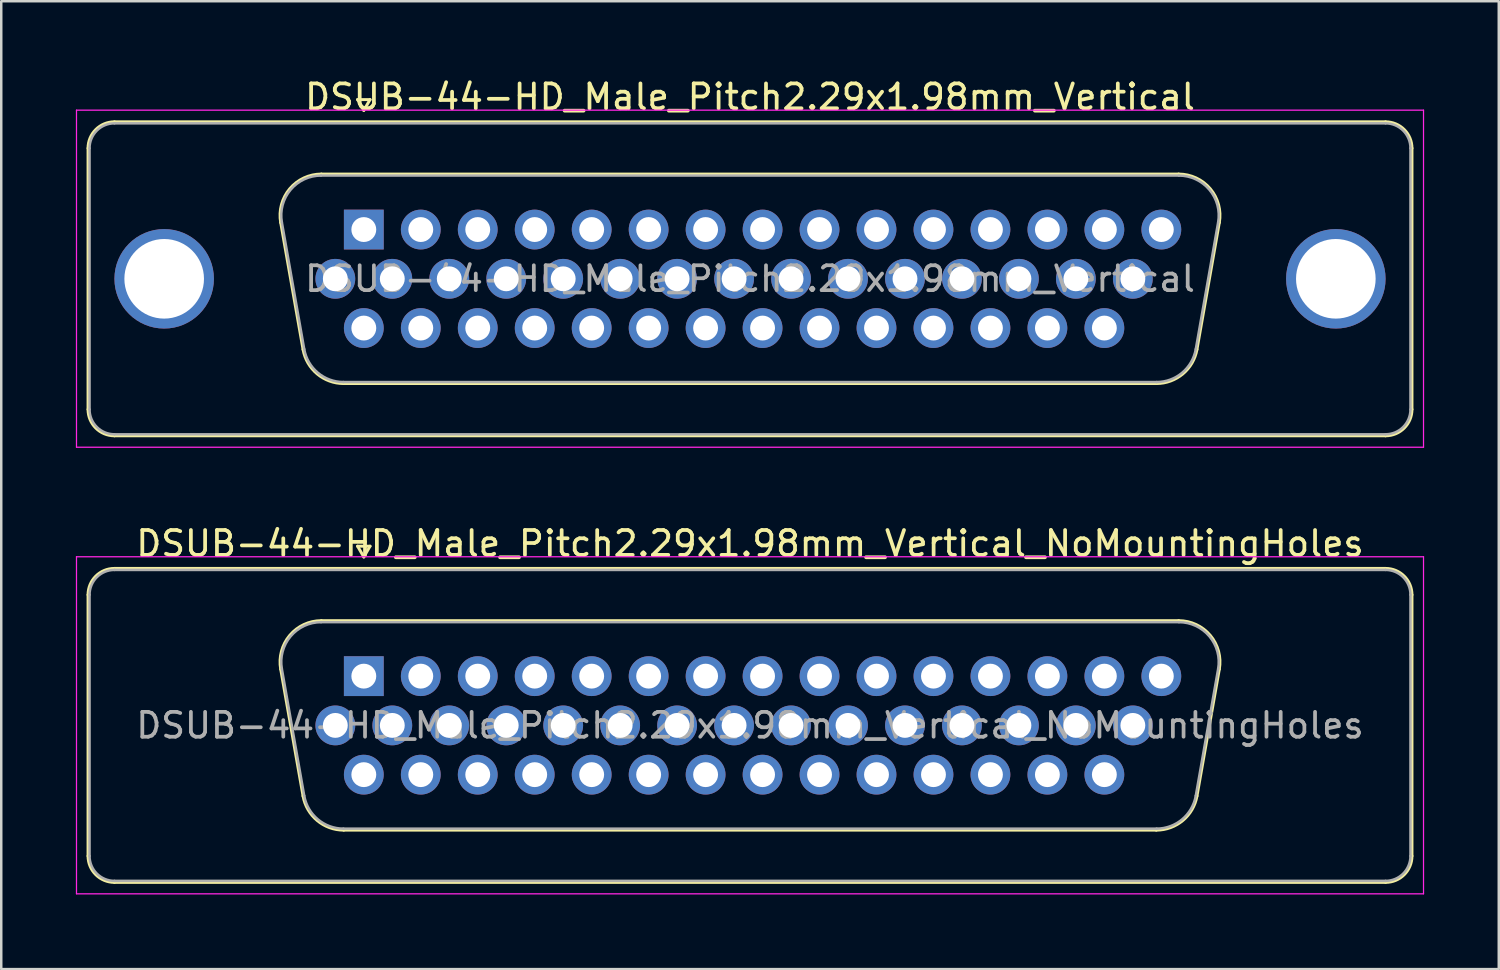
<source format=kicad_pcb>
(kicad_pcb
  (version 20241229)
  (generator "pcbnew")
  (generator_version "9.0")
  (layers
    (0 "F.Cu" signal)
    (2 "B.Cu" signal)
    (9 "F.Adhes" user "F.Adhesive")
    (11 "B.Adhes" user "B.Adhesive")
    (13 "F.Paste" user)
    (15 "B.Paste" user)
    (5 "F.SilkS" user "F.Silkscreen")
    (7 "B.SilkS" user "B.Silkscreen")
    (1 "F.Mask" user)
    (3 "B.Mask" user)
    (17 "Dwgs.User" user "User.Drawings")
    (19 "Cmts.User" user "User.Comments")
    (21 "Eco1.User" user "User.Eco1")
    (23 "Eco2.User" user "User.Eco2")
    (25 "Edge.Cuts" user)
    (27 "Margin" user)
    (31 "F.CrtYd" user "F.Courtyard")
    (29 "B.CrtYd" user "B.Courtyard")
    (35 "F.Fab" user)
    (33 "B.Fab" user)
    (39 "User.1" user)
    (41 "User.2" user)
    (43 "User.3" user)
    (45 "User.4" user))
  (footprint "DSUB-44-HD_Male_Pitch2.29x1.98mm_Vertical_NoMountingHoles"
    (layer "F.Cu")
    (at 11.575 24.131)
    (property "Reference" "DSUB-44-HD_Male_Pitch2.29x1.98mm_Vertical_NoMountingHoles" (at 15.525 -5.33 0) (layer "F.SilkS") (effects (font (size 1 1) (thickness 0.15))))
    (attr through_hole)
    (fp_line (start -11.085 7.23) (end -11.085 -3.27) (stroke (width 0.12) (type solid)) (layer "F.SilkS"))
    (fp_line (start -10.025 -4.33) (end 41.075 -4.33) (stroke (width 0.12) (type solid)) (layer "F.SilkS"))
    (fp_line (start -3.341 -0.282) (end -2.442 4.818) (stroke (width 0.12) (type solid)) (layer "F.SilkS"))
    (fp_line (start -1.707 -2.23) (end 32.757 -2.23) (stroke (width 0.12) (type solid)) (layer "F.SilkS"))
    (fp_line (start -0.807 6.19) (end 31.857 6.19) (stroke (width 0.12) (type solid)) (layer "F.SilkS"))
    (fp_line (start -0.25 -5.224) (end 0.25 -5.224) (stroke (width 0.12) (type solid)) (layer "F.SilkS"))
    (fp_line (start 0 -4.791) (end -0.25 -5.224) (stroke (width 0.12) (type solid)) (layer "F.SilkS"))
    (fp_line (start 0.25 -5.224) (end 0 -4.791) (stroke (width 0.12) (type solid)) (layer "F.SilkS"))
    (fp_line (start 34.391 -0.282) (end 33.492 4.818) (stroke (width 0.12) (type solid)) (layer "F.SilkS"))
    (fp_line (start 41.075 8.29) (end -10.025 8.29) (stroke (width 0.12) (type solid)) (layer "F.SilkS"))
    (fp_line (start 42.135 -3.27) (end 42.135 7.23) (stroke (width 0.12) (type solid)) (layer "F.SilkS"))
    (fp_arc (start -11.085 -3.27) (mid -10.774533 -4.019533) (end -10.025 -4.33) (stroke (width 0.12) (type solid)) (layer "F.SilkS"))
    (fp_arc (start -10.025 8.29) (mid -10.774533 7.979533) (end -11.085 7.23) (stroke (width 0.12) (type solid)) (layer "F.SilkS"))
    (fp_arc (start -3.34147 -0.281744) (mid -2.978323 -1.637028) (end -1.706689 -2.23) (stroke (width 0.12) (type solid)) (layer "F.SilkS"))
    (fp_arc (start -0.807421 6.19) (mid -1.874448 5.801634) (end -2.442202 4.818256) (stroke (width 0.12) (type solid)) (layer "F.SilkS"))
    (fp_arc (start 32.756689 -2.23) (mid 34.028323 -1.637027) (end 34.39147 -0.281744) (stroke (width 0.12) (type solid)) (layer "F.SilkS"))
    (fp_arc (start 33.492202 4.818256) (mid 32.924449 5.801634) (end 31.857421 6.19) (stroke (width 0.12) (type solid)) (layer "F.SilkS"))
    (fp_arc (start 41.075 -4.33) (mid 41.824533 -4.019533) (end 42.135 -3.27) (stroke (width 0.12) (type solid)) (layer "F.SilkS"))
    (fp_arc (start 42.135 7.23) (mid 41.824533 7.979533) (end 41.075 8.29) (stroke (width 0.12) (type solid)) (layer "F.SilkS"))
    (fp_line (start -11.55 -4.8) (end -11.55 8.75) (stroke (width 0.05) (type solid)) (layer "F.CrtYd"))
    (fp_line (start -11.55 8.75) (end 42.6 8.75) (stroke (width 0.05) (type solid)) (layer "F.CrtYd"))
    (fp_line (start 42.6 -4.8) (end -11.55 -4.8) (stroke (width 0.05) (type solid)) (layer "F.CrtYd"))
    (fp_line (start 42.6 8.75) (end 42.6 -4.8) (stroke (width 0.05) (type solid)) (layer "F.CrtYd"))
    (fp_line (start -11.025 7.23) (end -11.025 -3.27) (stroke (width 0.1) (type solid)) (layer "F.Fab"))
    (fp_line (start -10.025 -4.27) (end 41.075 -4.27) (stroke (width 0.1) (type solid)) (layer "F.Fab"))
    (fp_line (start -3.294 -0.292) (end -2.395 4.808) (stroke (width 0.1) (type solid)) (layer "F.Fab"))
    (fp_line (start -1.718 -2.17) (end 32.768 -2.17) (stroke (width 0.1) (type solid)) (layer "F.Fab"))
    (fp_line (start -0.819 6.13) (end 31.869 6.13) (stroke (width 0.1) (type solid)) (layer "F.Fab"))
    (fp_line (start 34.344 -0.292) (end 33.445 4.808) (stroke (width 0.1) (type solid)) (layer "F.Fab"))
    (fp_line (start 41.075 8.23) (end -10.025 8.23) (stroke (width 0.1) (type solid)) (layer "F.Fab"))
    (fp_line (start 42.075 -3.27) (end 42.075 7.23) (stroke (width 0.1) (type solid)) (layer "F.Fab"))
    (fp_arc (start -11.025 -3.27) (mid -10.732107 -3.977107) (end -10.025 -4.27) (stroke (width 0.1) (type solid)) (layer "F.Fab"))
    (fp_arc (start -10.025 8.23) (mid -10.732107 7.937107) (end -11.025 7.23) (stroke (width 0.1) (type solid)) (layer "F.Fab"))
    (fp_arc (start -3.293886 -0.292163) (mid -2.943865 -1.59846) (end -1.718194 -2.17) (stroke (width 0.1) (type solid)) (layer "F.Fab"))
    (fp_arc (start -0.818927 6.13) (mid -1.847387 5.755671) (end -2.394619 4.807837) (stroke (width 0.1) (type solid)) (layer "F.Fab"))
    (fp_arc (start 32.768194 -2.17) (mid 33.993865 -1.59846) (end 34.343886 -0.292163) (stroke (width 0.1) (type solid)) (layer "F.Fab"))
    (fp_arc (start 33.444619 4.807837) (mid 32.897387 5.755671) (end 31.868927 6.13) (stroke (width 0.1) (type solid)) (layer "F.Fab"))
    (fp_arc (start 41.075 -4.27) (mid 41.782107 -3.977107) (end 42.075 -3.27) (stroke (width 0.1) (type solid)) (layer "F.Fab"))
    (fp_arc (start 42.075 7.23) (mid 41.782107 7.937107) (end 41.075 8.23) (stroke (width 0.1) (type solid)) (layer "F.Fab"))
    (fp_text user "${REFERENCE}" (at 15.525 1.98 0) (layer "F.Fab") (effects (font (size 1 1) (thickness 0.15))))
    (pad "1" thru_hole rect (at 0 0) (size 1.6 1.6) (drill 1) (layers "*.Cu" "*.Mask"))
    (pad "2" thru_hole circle (at 2.29 0) (size 1.6 1.6) (drill 1) (layers "*.Cu" "*.Mask"))
    (pad "3" thru_hole circle (at 4.58 0) (size 1.6 1.6) (drill 1) (layers "*.Cu" "*.Mask"))
    (pad "4" thru_hole circle (at 6.87 0) (size 1.6 1.6) (drill 1) (layers "*.Cu" "*.Mask"))
    (pad "5" thru_hole circle (at 9.16 0) (size 1.6 1.6) (drill 1) (layers "*.Cu" "*.Mask"))
    (pad "6" thru_hole circle (at 11.45 0) (size 1.6 1.6) (drill 1) (layers "*.Cu" "*.Mask"))
    (pad "7" thru_hole circle (at 13.74 0) (size 1.6 1.6) (drill 1) (layers "*.Cu" "*.Mask"))
    (pad "8" thru_hole circle (at 16.03 0) (size 1.6 1.6) (drill 1) (layers "*.Cu" "*.Mask"))
    (pad "9" thru_hole circle (at 18.32 0) (size 1.6 1.6) (drill 1) (layers "*.Cu" "*.Mask"))
    (pad "10" thru_hole circle (at 20.61 0) (size 1.6 1.6) (drill 1) (layers "*.Cu" "*.Mask"))
    (pad "11" thru_hole circle (at 22.9 0) (size 1.6 1.6) (drill 1) (layers "*.Cu" "*.Mask"))
    (pad "12" thru_hole circle (at 25.19 0) (size 1.6 1.6) (drill 1) (layers "*.Cu" "*.Mask"))
    (pad "13" thru_hole circle (at 27.48 0) (size 1.6 1.6) (drill 1) (layers "*.Cu" "*.Mask"))
    (pad "14" thru_hole circle (at 29.77 0) (size 1.6 1.6) (drill 1) (layers "*.Cu" "*.Mask"))
    (pad "15" thru_hole circle (at 32.06 0) (size 1.6 1.6) (drill 1) (layers "*.Cu" "*.Mask"))
    (pad "16" thru_hole circle (at -1.145 1.98) (size 1.6 1.6) (drill 1) (layers "*.Cu" "*.Mask"))
    (pad "17" thru_hole circle (at 1.145 1.98) (size 1.6 1.6) (drill 1) (layers "*.Cu" "*.Mask"))
    (pad "18" thru_hole circle (at 3.435 1.98) (size 1.6 1.6) (drill 1) (layers "*.Cu" "*.Mask"))
    (pad "19" thru_hole circle (at 5.725 1.98) (size 1.6 1.6) (drill 1) (layers "*.Cu" "*.Mask"))
    (pad "20" thru_hole circle (at 8.015 1.98) (size 1.6 1.6) (drill 1) (layers "*.Cu" "*.Mask"))
    (pad "21" thru_hole circle (at 10.305 1.98) (size 1.6 1.6) (drill 1) (layers "*.Cu" "*.Mask"))
    (pad "22" thru_hole circle (at 12.595 1.98) (size 1.6 1.6) (drill 1) (layers "*.Cu" "*.Mask"))
    (pad "23" thru_hole circle (at 14.885 1.98) (size 1.6 1.6) (drill 1) (layers "*.Cu" "*.Mask"))
    (pad "24" thru_hole circle (at 17.175 1.98) (size 1.6 1.6) (drill 1) (layers "*.Cu" "*.Mask"))
    (pad "25" thru_hole circle (at 19.465 1.98) (size 1.6 1.6) (drill 1) (layers "*.Cu" "*.Mask"))
    (pad "26" thru_hole circle (at 21.755 1.98) (size 1.6 1.6) (drill 1) (layers "*.Cu" "*.Mask"))
    (pad "27" thru_hole circle (at 24.045 1.98) (size 1.6 1.6) (drill 1) (layers "*.Cu" "*.Mask"))
    (pad "28" thru_hole circle (at 26.335 1.98) (size 1.6 1.6) (drill 1) (layers "*.Cu" "*.Mask"))
    (pad "29" thru_hole circle (at 28.625 1.98) (size 1.6 1.6) (drill 1) (layers "*.Cu" "*.Mask"))
    (pad "30" thru_hole circle (at 30.915 1.98) (size 1.6 1.6) (drill 1) (layers "*.Cu" "*.Mask"))
    (pad "31" thru_hole circle (at 0 3.96) (size 1.6 1.6) (drill 1) (layers "*.Cu" "*.Mask"))
    (pad "32" thru_hole circle (at 2.29 3.96) (size 1.6 1.6) (drill 1) (layers "*.Cu" "*.Mask"))
    (pad "33" thru_hole circle (at 4.58 3.96) (size 1.6 1.6) (drill 1) (layers "*.Cu" "*.Mask"))
    (pad "34" thru_hole circle (at 6.87 3.96) (size 1.6 1.6) (drill 1) (layers "*.Cu" "*.Mask"))
    (pad "35" thru_hole circle (at 9.16 3.96) (size 1.6 1.6) (drill 1) (layers "*.Cu" "*.Mask"))
    (pad "36" thru_hole circle (at 11.45 3.96) (size 1.6 1.6) (drill 1) (layers "*.Cu" "*.Mask"))
    (pad "37" thru_hole circle (at 13.74 3.96) (size 1.6 1.6) (drill 1) (layers "*.Cu" "*.Mask"))
    (pad "38" thru_hole circle (at 16.03 3.96) (size 1.6 1.6) (drill 1) (layers "*.Cu" "*.Mask"))
    (pad "39" thru_hole circle (at 18.32 3.96) (size 1.6 1.6) (drill 1) (layers "*.Cu" "*.Mask"))
    (pad "40" thru_hole circle (at 20.61 3.96) (size 1.6 1.6) (drill 1) (layers "*.Cu" "*.Mask"))
    (pad "41" thru_hole circle (at 22.9 3.96) (size 1.6 1.6) (drill 1) (layers "*.Cu" "*.Mask"))
    (pad "42" thru_hole circle (at 25.19 3.96) (size 1.6 1.6) (drill 1) (layers "*.Cu" "*.Mask"))
    (pad "43" thru_hole circle (at 27.48 3.96) (size 1.6 1.6) (drill 1) (layers "*.Cu" "*.Mask"))
    (pad "44" thru_hole circle (at 29.77 3.96) (size 1.6 1.6) (drill 1) (layers "*.Cu" "*.Mask")))
  (footprint "DSUB-44-HD_Male_Pitch2.29x1.98mm_Vertical"
    (layer "F.Cu")
    (at 11.575 6.178)
    (property "Reference" "DSUB-44-HD_Male_Pitch2.29x1.98mm_Vertical" (at 15.525 -5.33 0) (layer "F.SilkS") (effects (font (size 1 1) (thickness 0.15))))
    (attr through_hole)
    (fp_line (start -11.085 7.23) (end -11.085 -3.27) (stroke (width 0.12) (type solid)) (layer "F.SilkS"))
    (fp_line (start -10.025 -4.33) (end 41.075 -4.33) (stroke (width 0.12) (type solid)) (layer "F.SilkS"))
    (fp_line (start -3.341 -0.282) (end -2.442 4.818) (stroke (width 0.12) (type solid)) (layer "F.SilkS"))
    (fp_line (start -1.707 -2.23) (end 32.757 -2.23) (stroke (width 0.12) (type solid)) (layer "F.SilkS"))
    (fp_line (start -0.807 6.19) (end 31.857 6.19) (stroke (width 0.12) (type solid)) (layer "F.SilkS"))
    (fp_line (start -0.25 -5.224) (end 0.25 -5.224) (stroke (width 0.12) (type solid)) (layer "F.SilkS"))
    (fp_line (start 0 -4.791) (end -0.25 -5.224) (stroke (width 0.12) (type solid)) (layer "F.SilkS"))
    (fp_line (start 0.25 -5.224) (end 0 -4.791) (stroke (width 0.12) (type solid)) (layer "F.SilkS"))
    (fp_line (start 34.391 -0.282) (end 33.492 4.818) (stroke (width 0.12) (type solid)) (layer "F.SilkS"))
    (fp_line (start 41.075 8.29) (end -10.025 8.29) (stroke (width 0.12) (type solid)) (layer "F.SilkS"))
    (fp_line (start 42.135 -3.27) (end 42.135 7.23) (stroke (width 0.12) (type solid)) (layer "F.SilkS"))
    (fp_arc (start -11.085 -3.27) (mid -10.774533 -4.019533) (end -10.025 -4.33) (stroke (width 0.12) (type solid)) (layer "F.SilkS"))
    (fp_arc (start -10.025 8.29) (mid -10.774533 7.979533) (end -11.085 7.23) (stroke (width 0.12) (type solid)) (layer "F.SilkS"))
    (fp_arc (start -3.34147 -0.281744) (mid -2.978323 -1.637028) (end -1.706689 -2.23) (stroke (width 0.12) (type solid)) (layer "F.SilkS"))
    (fp_arc (start -0.807421 6.19) (mid -1.874448 5.801634) (end -2.442202 4.818256) (stroke (width 0.12) (type solid)) (layer "F.SilkS"))
    (fp_arc (start 32.756689 -2.23) (mid 34.028323 -1.637027) (end 34.39147 -0.281744) (stroke (width 0.12) (type solid)) (layer "F.SilkS"))
    (fp_arc (start 33.492202 4.818256) (mid 32.924449 5.801634) (end 31.857421 6.19) (stroke (width 0.12) (type solid)) (layer "F.SilkS"))
    (fp_arc (start 41.075 -4.33) (mid 41.824533 -4.019533) (end 42.135 -3.27) (stroke (width 0.12) (type solid)) (layer "F.SilkS"))
    (fp_arc (start 42.135 7.23) (mid 41.824533 7.979533) (end 41.075 8.29) (stroke (width 0.12) (type solid)) (layer "F.SilkS"))
    (fp_line (start -11.55 -4.8) (end -11.55 8.75) (stroke (width 0.05) (type solid)) (layer "F.CrtYd"))
    (fp_line (start -11.55 8.75) (end 42.6 8.75) (stroke (width 0.05) (type solid)) (layer "F.CrtYd"))
    (fp_line (start 42.6 -4.8) (end -11.55 -4.8) (stroke (width 0.05) (type solid)) (layer "F.CrtYd"))
    (fp_line (start 42.6 8.75) (end 42.6 -4.8) (stroke (width 0.05) (type solid)) (layer "F.CrtYd"))
    (fp_line (start -11.025 7.23) (end -11.025 -3.27) (stroke (width 0.1) (type solid)) (layer "F.Fab"))
    (fp_line (start -10.025 -4.27) (end 41.075 -4.27) (stroke (width 0.1) (type solid)) (layer "F.Fab"))
    (fp_line (start -3.294 -0.292) (end -2.395 4.808) (stroke (width 0.1) (type solid)) (layer "F.Fab"))
    (fp_line (start -1.718 -2.17) (end 32.768 -2.17) (stroke (width 0.1) (type solid)) (layer "F.Fab"))
    (fp_line (start -0.819 6.13) (end 31.869 6.13) (stroke (width 0.1) (type solid)) (layer "F.Fab"))
    (fp_line (start 34.344 -0.292) (end 33.445 4.808) (stroke (width 0.1) (type solid)) (layer "F.Fab"))
    (fp_line (start 41.075 8.23) (end -10.025 8.23) (stroke (width 0.1) (type solid)) (layer "F.Fab"))
    (fp_line (start 42.075 -3.27) (end 42.075 7.23) (stroke (width 0.1) (type solid)) (layer "F.Fab"))
    (fp_arc (start -11.025 -3.27) (mid -10.732107 -3.977107) (end -10.025 -4.27) (stroke (width 0.1) (type solid)) (layer "F.Fab"))
    (fp_arc (start -10.025 8.23) (mid -10.732107 7.937107) (end -11.025 7.23) (stroke (width 0.1) (type solid)) (layer "F.Fab"))
    (fp_arc (start -3.293886 -0.292163) (mid -2.943865 -1.59846) (end -1.718194 -2.17) (stroke (width 0.1) (type solid)) (layer "F.Fab"))
    (fp_arc (start -0.818927 6.13) (mid -1.847387 5.755671) (end -2.394619 4.807837) (stroke (width 0.1) (type solid)) (layer "F.Fab"))
    (fp_arc (start 32.768194 -2.17) (mid 33.993865 -1.59846) (end 34.343886 -0.292163) (stroke (width 0.1) (type solid)) (layer "F.Fab"))
    (fp_arc (start 33.444619 4.807837) (mid 32.897387 5.755671) (end 31.868927 6.13) (stroke (width 0.1) (type solid)) (layer "F.Fab"))
    (fp_arc (start 41.075 -4.27) (mid 41.782107 -3.977107) (end 42.075 -3.27) (stroke (width 0.1) (type solid)) (layer "F.Fab"))
    (fp_arc (start 42.075 7.23) (mid 41.782107 7.937107) (end 41.075 8.23) (stroke (width 0.1) (type solid)) (layer "F.Fab"))
    (fp_text user "${REFERENCE}" (at 15.525 1.98 0) (layer "F.Fab") (effects (font (size 1 1) (thickness 0.15))))
    (pad "0" thru_hole circle (at -8.025 1.98) (size 4 4) (drill 3.2) (layers "*.Cu" "*.Mask"))
    (pad "0" thru_hole circle (at 39.075 1.98) (size 4 4) (drill 3.2) (layers "*.Cu" "*.Mask"))
    (pad "1" thru_hole rect (at 0 0) (size 1.6 1.6) (drill 1) (layers "*.Cu" "*.Mask"))
    (pad "2" thru_hole circle (at 2.29 0) (size 1.6 1.6) (drill 1) (layers "*.Cu" "*.Mask"))
    (pad "3" thru_hole circle (at 4.58 0) (size 1.6 1.6) (drill 1) (layers "*.Cu" "*.Mask"))
    (pad "4" thru_hole circle (at 6.87 0) (size 1.6 1.6) (drill 1) (layers "*.Cu" "*.Mask"))
    (pad "5" thru_hole circle (at 9.16 0) (size 1.6 1.6) (drill 1) (layers "*.Cu" "*.Mask"))
    (pad "6" thru_hole circle (at 11.45 0) (size 1.6 1.6) (drill 1) (layers "*.Cu" "*.Mask"))
    (pad "7" thru_hole circle (at 13.74 0) (size 1.6 1.6) (drill 1) (layers "*.Cu" "*.Mask"))
    (pad "8" thru_hole circle (at 16.03 0) (size 1.6 1.6) (drill 1) (layers "*.Cu" "*.Mask"))
    (pad "9" thru_hole circle (at 18.32 0) (size 1.6 1.6) (drill 1) (layers "*.Cu" "*.Mask"))
    (pad "10" thru_hole circle (at 20.61 0) (size 1.6 1.6) (drill 1) (layers "*.Cu" "*.Mask"))
    (pad "11" thru_hole circle (at 22.9 0) (size 1.6 1.6) (drill 1) (layers "*.Cu" "*.Mask"))
    (pad "12" thru_hole circle (at 25.19 0) (size 1.6 1.6) (drill 1) (layers "*.Cu" "*.Mask"))
    (pad "13" thru_hole circle (at 27.48 0) (size 1.6 1.6) (drill 1) (layers "*.Cu" "*.Mask"))
    (pad "14" thru_hole circle (at 29.77 0) (size 1.6 1.6) (drill 1) (layers "*.Cu" "*.Mask"))
    (pad "15" thru_hole circle (at 32.06 0) (size 1.6 1.6) (drill 1) (layers "*.Cu" "*.Mask"))
    (pad "16" thru_hole circle (at -1.145 1.98) (size 1.6 1.6) (drill 1) (layers "*.Cu" "*.Mask"))
    (pad "17" thru_hole circle (at 1.145 1.98) (size 1.6 1.6) (drill 1) (layers "*.Cu" "*.Mask"))
    (pad "18" thru_hole circle (at 3.435 1.98) (size 1.6 1.6) (drill 1) (layers "*.Cu" "*.Mask"))
    (pad "19" thru_hole circle (at 5.725 1.98) (size 1.6 1.6) (drill 1) (layers "*.Cu" "*.Mask"))
    (pad "20" thru_hole circle (at 8.015 1.98) (size 1.6 1.6) (drill 1) (layers "*.Cu" "*.Mask"))
    (pad "21" thru_hole circle (at 10.305 1.98) (size 1.6 1.6) (drill 1) (layers "*.Cu" "*.Mask"))
    (pad "22" thru_hole circle (at 12.595 1.98) (size 1.6 1.6) (drill 1) (layers "*.Cu" "*.Mask"))
    (pad "23" thru_hole circle (at 14.885 1.98) (size 1.6 1.6) (drill 1) (layers "*.Cu" "*.Mask"))
    (pad "24" thru_hole circle (at 17.175 1.98) (size 1.6 1.6) (drill 1) (layers "*.Cu" "*.Mask"))
    (pad "25" thru_hole circle (at 19.465 1.98) (size 1.6 1.6) (drill 1) (layers "*.Cu" "*.Mask"))
    (pad "26" thru_hole circle (at 21.755 1.98) (size 1.6 1.6) (drill 1) (layers "*.Cu" "*.Mask"))
    (pad "27" thru_hole circle (at 24.045 1.98) (size 1.6 1.6) (drill 1) (layers "*.Cu" "*.Mask"))
    (pad "28" thru_hole circle (at 26.335 1.98) (size 1.6 1.6) (drill 1) (layers "*.Cu" "*.Mask"))
    (pad "29" thru_hole circle (at 28.625 1.98) (size 1.6 1.6) (drill 1) (layers "*.Cu" "*.Mask"))
    (pad "30" thru_hole circle (at 30.915 1.98) (size 1.6 1.6) (drill 1) (layers "*.Cu" "*.Mask"))
    (pad "31" thru_hole circle (at 0 3.96) (size 1.6 1.6) (drill 1) (layers "*.Cu" "*.Mask"))
    (pad "32" thru_hole circle (at 2.29 3.96) (size 1.6 1.6) (drill 1) (layers "*.Cu" "*.Mask"))
    (pad "33" thru_hole circle (at 4.58 3.96) (size 1.6 1.6) (drill 1) (layers "*.Cu" "*.Mask"))
    (pad "34" thru_hole circle (at 6.87 3.96) (size 1.6 1.6) (drill 1) (layers "*.Cu" "*.Mask"))
    (pad "35" thru_hole circle (at 9.16 3.96) (size 1.6 1.6) (drill 1) (layers "*.Cu" "*.Mask"))
    (pad "36" thru_hole circle (at 11.45 3.96) (size 1.6 1.6) (drill 1) (layers "*.Cu" "*.Mask"))
    (pad "37" thru_hole circle (at 13.74 3.96) (size 1.6 1.6) (drill 1) (layers "*.Cu" "*.Mask"))
    (pad "38" thru_hole circle (at 16.03 3.96) (size 1.6 1.6) (drill 1) (layers "*.Cu" "*.Mask"))
    (pad "39" thru_hole circle (at 18.32 3.96) (size 1.6 1.6) (drill 1) (layers "*.Cu" "*.Mask"))
    (pad "40" thru_hole circle (at 20.61 3.96) (size 1.6 1.6) (drill 1) (layers "*.Cu" "*.Mask"))
    (pad "41" thru_hole circle (at 22.9 3.96) (size 1.6 1.6) (drill 1) (layers "*.Cu" "*.Mask"))
    (pad "42" thru_hole circle (at 25.19 3.96) (size 1.6 1.6) (drill 1) (layers "*.Cu" "*.Mask"))
    (pad "43" thru_hole circle (at 27.48 3.96) (size 1.6 1.6) (drill 1) (layers "*.Cu" "*.Mask"))
    (pad "44" thru_hole circle (at 29.77 3.96) (size 1.6 1.6) (drill 1) (layers "*.Cu" "*.Mask")))
  (gr_rect
    (start -3 -3)
    (end 57.2 35.907)
    (stroke (width 0.1) (type default))
    (fill no)
    (layer "Edge.Cuts")))
</source>
